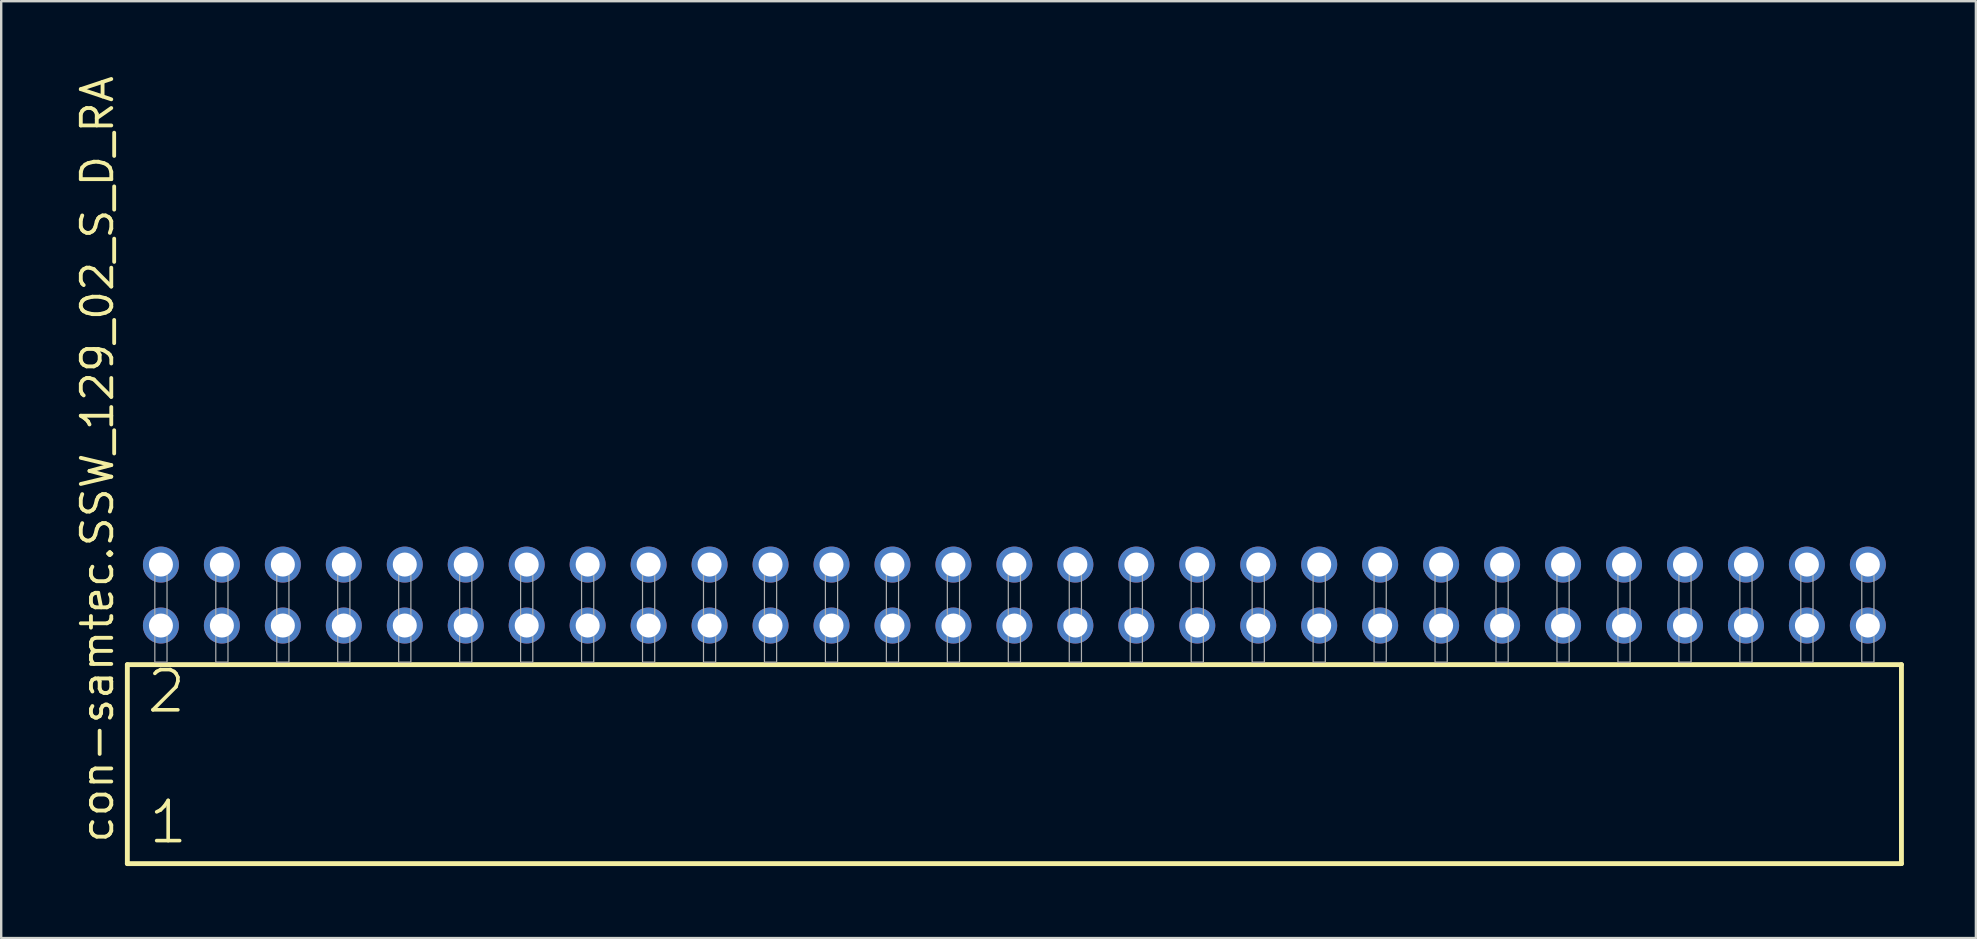
<source format=kicad_pcb>
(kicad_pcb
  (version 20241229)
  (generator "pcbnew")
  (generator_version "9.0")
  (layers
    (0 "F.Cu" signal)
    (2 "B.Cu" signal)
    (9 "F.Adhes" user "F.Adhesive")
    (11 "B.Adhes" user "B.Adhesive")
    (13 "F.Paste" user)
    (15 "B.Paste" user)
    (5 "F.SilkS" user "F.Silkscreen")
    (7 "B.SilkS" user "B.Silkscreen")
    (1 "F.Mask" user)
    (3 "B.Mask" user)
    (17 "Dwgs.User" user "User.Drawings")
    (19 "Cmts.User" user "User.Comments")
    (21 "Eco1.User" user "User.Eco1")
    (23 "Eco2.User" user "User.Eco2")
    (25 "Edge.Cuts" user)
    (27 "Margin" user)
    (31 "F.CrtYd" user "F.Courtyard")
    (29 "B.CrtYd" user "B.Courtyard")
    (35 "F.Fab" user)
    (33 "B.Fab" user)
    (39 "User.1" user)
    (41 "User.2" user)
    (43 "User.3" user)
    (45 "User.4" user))
  (footprint "con-samtec.SSW_129_02_S_D_RA"
    (layer "F.Cu")
    (at 39.215 24.537)
    (property "Reference" "con-samtec.SSW_129_02_S_D_RA" (at -37.465 7.62 90) (layer "F.SilkS") (effects (font (size 1.27 1.27) (thickness 0.16)) (justify left bottom)))
    (attr through_hole)
    (fp_line (start -36.959 0.106) (end -36.959 8.396) (stroke (width 0.203) (type default)) (layer "F.SilkS"))
    (fp_line (start -36.959 8.396) (end 36.959 8.396) (stroke (width 0.203) (type default)) (layer "F.SilkS"))
    (fp_line (start 36.959 0.106) (end -36.959 0.106) (stroke (width 0.203) (type default)) (layer "F.SilkS"))
    (fp_line (start 36.959 8.396) (end 36.959 0.106) (stroke (width 0.203) (type default)) (layer "F.SilkS"))
    (fp_rect (start -35.814 0) (end -35.306 -4.318) (stroke (width 0.05) (type default)) (fill no) (layer "F.Fab"))
    (fp_rect (start -33.274 0) (end -32.766 -4.318) (stroke (width 0.05) (type default)) (fill no) (layer "F.Fab"))
    (fp_rect (start -30.734 0) (end -30.226 -4.318) (stroke (width 0.05) (type default)) (fill no) (layer "F.Fab"))
    (fp_rect (start -28.194 0) (end -27.686 -4.318) (stroke (width 0.05) (type default)) (fill no) (layer "F.Fab"))
    (fp_rect (start -25.654 0) (end -25.146 -4.318) (stroke (width 0.05) (type default)) (fill no) (layer "F.Fab"))
    (fp_rect (start -23.114 0) (end -22.606 -4.318) (stroke (width 0.05) (type default)) (fill no) (layer "F.Fab"))
    (fp_rect (start -20.574 0) (end -20.066 -4.318) (stroke (width 0.05) (type default)) (fill no) (layer "F.Fab"))
    (fp_rect (start -18.034 0) (end -17.526 -4.318) (stroke (width 0.05) (type default)) (fill no) (layer "F.Fab"))
    (fp_rect (start -15.494 0) (end -14.986 -4.318) (stroke (width 0.05) (type default)) (fill no) (layer "F.Fab"))
    (fp_rect (start -12.954 0) (end -12.446 -4.318) (stroke (width 0.05) (type default)) (fill no) (layer "F.Fab"))
    (fp_rect (start -10.414 0) (end -9.906 -4.318) (stroke (width 0.05) (type default)) (fill no) (layer "F.Fab"))
    (fp_rect (start -7.874 0) (end -7.366 -4.318) (stroke (width 0.05) (type default)) (fill no) (layer "F.Fab"))
    (fp_rect (start -5.334 0) (end -4.826 -4.318) (stroke (width 0.05) (type default)) (fill no) (layer "F.Fab"))
    (fp_rect (start -2.794 0) (end -2.286 -4.318) (stroke (width 0.05) (type default)) (fill no) (layer "F.Fab"))
    (fp_rect (start -0.254 0) (end 0.254 -4.318) (stroke (width 0.05) (type default)) (fill no) (layer "F.Fab"))
    (fp_rect (start 2.286 0) (end 2.794 -4.318) (stroke (width 0.05) (type default)) (fill no) (layer "F.Fab"))
    (fp_rect (start 4.826 0) (end 5.334 -4.318) (stroke (width 0.05) (type default)) (fill no) (layer "F.Fab"))
    (fp_rect (start 7.366 0) (end 7.874 -4.318) (stroke (width 0.05) (type default)) (fill no) (layer "F.Fab"))
    (fp_rect (start 9.906 0) (end 10.414 -4.318) (stroke (width 0.05) (type default)) (fill no) (layer "F.Fab"))
    (fp_rect (start 12.446 0) (end 12.954 -4.318) (stroke (width 0.05) (type default)) (fill no) (layer "F.Fab"))
    (fp_rect (start 14.986 0) (end 15.494 -4.318) (stroke (width 0.05) (type default)) (fill no) (layer "F.Fab"))
    (fp_rect (start 17.526 0) (end 18.034 -4.318) (stroke (width 0.05) (type default)) (fill no) (layer "F.Fab"))
    (fp_rect (start 20.066 0) (end 20.574 -4.318) (stroke (width 0.05) (type default)) (fill no) (layer "F.Fab"))
    (fp_rect (start 22.606 0) (end 23.114 -4.318) (stroke (width 0.05) (type default)) (fill no) (layer "F.Fab"))
    (fp_rect (start 25.146 0) (end 25.654 -4.318) (stroke (width 0.05) (type default)) (fill no) (layer "F.Fab"))
    (fp_rect (start 27.686 0) (end 28.194 -4.318) (stroke (width 0.05) (type default)) (fill no) (layer "F.Fab"))
    (fp_rect (start 30.226 0) (end 30.734 -4.318) (stroke (width 0.05) (type default)) (fill no) (layer "F.Fab"))
    (fp_rect (start 32.766 0) (end 33.274 -4.318) (stroke (width 0.05) (type default)) (fill no) (layer "F.Fab"))
    (fp_rect (start 35.306 0) (end 35.814 -4.318) (stroke (width 0.05) (type default)) (fill no) (layer "F.Fab"))
    (fp_text user "1" (at -36.155 7.65 0) (layer "F.SilkS") (effects (font (size 1.676 1.676) (thickness 0.15)) (justify left bottom)))
    (fp_text user "2" (at -36.23 2.2 0) (layer "F.SilkS") (effects (font (size 1.676 1.676) (thickness 0.15)) (justify left bottom)))
    (pad "1" thru_hole circle (at -35.56 -1.524) (size 1.5 1.5) (drill 1) (layers "*.Cu" "*.Mask"))
    (pad "2" thru_hole circle (at -35.56 -4.064) (size 1.5 1.5) (drill 1) (layers "*.Cu" "*.Mask"))
    (pad "3" thru_hole circle (at -33.02 -1.524) (size 1.5 1.5) (drill 1) (layers "*.Cu" "*.Mask"))
    (pad "4" thru_hole circle (at -33.02 -4.064) (size 1.5 1.5) (drill 1) (layers "*.Cu" "*.Mask"))
    (pad "5" thru_hole circle (at -30.48 -1.524) (size 1.5 1.5) (drill 1) (layers "*.Cu" "*.Mask"))
    (pad "6" thru_hole circle (at -30.48 -4.064) (size 1.5 1.5) (drill 1) (layers "*.Cu" "*.Mask"))
    (pad "7" thru_hole circle (at -27.94 -1.524) (size 1.5 1.5) (drill 1) (layers "*.Cu" "*.Mask"))
    (pad "8" thru_hole circle (at -27.94 -4.064) (size 1.5 1.5) (drill 1) (layers "*.Cu" "*.Mask"))
    (pad "9" thru_hole circle (at -25.4 -1.524) (size 1.5 1.5) (drill 1) (layers "*.Cu" "*.Mask"))
    (pad "10" thru_hole circle (at -25.4 -4.064) (size 1.5 1.5) (drill 1) (layers "*.Cu" "*.Mask"))
    (pad "11" thru_hole circle (at -22.86 -1.524) (size 1.5 1.5) (drill 1) (layers "*.Cu" "*.Mask"))
    (pad "12" thru_hole circle (at -22.86 -4.064) (size 1.5 1.5) (drill 1) (layers "*.Cu" "*.Mask"))
    (pad "13" thru_hole circle (at -20.32 -1.524) (size 1.5 1.5) (drill 1) (layers "*.Cu" "*.Mask"))
    (pad "14" thru_hole circle (at -20.32 -4.064) (size 1.5 1.5) (drill 1) (layers "*.Cu" "*.Mask"))
    (pad "15" thru_hole circle (at -17.78 -1.524) (size 1.5 1.5) (drill 1) (layers "*.Cu" "*.Mask"))
    (pad "16" thru_hole circle (at -17.78 -4.064) (size 1.5 1.5) (drill 1) (layers "*.Cu" "*.Mask"))
    (pad "17" thru_hole circle (at -15.24 -1.524) (size 1.5 1.5) (drill 1) (layers "*.Cu" "*.Mask"))
    (pad "18" thru_hole circle (at -15.24 -4.064) (size 1.5 1.5) (drill 1) (layers "*.Cu" "*.Mask"))
    (pad "19" thru_hole circle (at -12.7 -1.524) (size 1.5 1.5) (drill 1) (layers "*.Cu" "*.Mask"))
    (pad "20" thru_hole circle (at -12.7 -4.064) (size 1.5 1.5) (drill 1) (layers "*.Cu" "*.Mask"))
    (pad "21" thru_hole circle (at -10.16 -1.524) (size 1.5 1.5) (drill 1) (layers "*.Cu" "*.Mask"))
    (pad "22" thru_hole circle (at -10.16 -4.064) (size 1.5 1.5) (drill 1) (layers "*.Cu" "*.Mask"))
    (pad "23" thru_hole circle (at -7.62 -1.524) (size 1.5 1.5) (drill 1) (layers "*.Cu" "*.Mask"))
    (pad "24" thru_hole circle (at -7.62 -4.064) (size 1.5 1.5) (drill 1) (layers "*.Cu" "*.Mask"))
    (pad "25" thru_hole circle (at -5.08 -1.524) (size 1.5 1.5) (drill 1) (layers "*.Cu" "*.Mask"))
    (pad "26" thru_hole circle (at -5.08 -4.064) (size 1.5 1.5) (drill 1) (layers "*.Cu" "*.Mask"))
    (pad "27" thru_hole circle (at -2.54 -1.524) (size 1.5 1.5) (drill 1) (layers "*.Cu" "*.Mask"))
    (pad "28" thru_hole circle (at -2.54 -4.064) (size 1.5 1.5) (drill 1) (layers "*.Cu" "*.Mask"))
    (pad "29" thru_hole circle (at 0 -1.524) (size 1.5 1.5) (drill 1) (layers "*.Cu" "*.Mask"))
    (pad "30" thru_hole circle (at 0 -4.064) (size 1.5 1.5) (drill 1) (layers "*.Cu" "*.Mask"))
    (pad "31" thru_hole circle (at 2.54 -1.524) (size 1.5 1.5) (drill 1) (layers "*.Cu" "*.Mask"))
    (pad "32" thru_hole circle (at 2.54 -4.064) (size 1.5 1.5) (drill 1) (layers "*.Cu" "*.Mask"))
    (pad "33" thru_hole circle (at 5.08 -1.524) (size 1.5 1.5) (drill 1) (layers "*.Cu" "*.Mask"))
    (pad "34" thru_hole circle (at 5.08 -4.064) (size 1.5 1.5) (drill 1) (layers "*.Cu" "*.Mask"))
    (pad "35" thru_hole circle (at 7.62 -1.524) (size 1.5 1.5) (drill 1) (layers "*.Cu" "*.Mask"))
    (pad "36" thru_hole circle (at 7.62 -4.064) (size 1.5 1.5) (drill 1) (layers "*.Cu" "*.Mask"))
    (pad "37" thru_hole circle (at 10.16 -1.524) (size 1.5 1.5) (drill 1) (layers "*.Cu" "*.Mask"))
    (pad "38" thru_hole circle (at 10.16 -4.064) (size 1.5 1.5) (drill 1) (layers "*.Cu" "*.Mask"))
    (pad "39" thru_hole circle (at 12.7 -1.524) (size 1.5 1.5) (drill 1) (layers "*.Cu" "*.Mask"))
    (pad "40" thru_hole circle (at 12.7 -4.064) (size 1.5 1.5) (drill 1) (layers "*.Cu" "*.Mask"))
    (pad "41" thru_hole circle (at 15.24 -1.524) (size 1.5 1.5) (drill 1) (layers "*.Cu" "*.Mask"))
    (pad "42" thru_hole circle (at 15.24 -4.064) (size 1.5 1.5) (drill 1) (layers "*.Cu" "*.Mask"))
    (pad "43" thru_hole circle (at 17.78 -1.524) (size 1.5 1.5) (drill 1) (layers "*.Cu" "*.Mask"))
    (pad "44" thru_hole circle (at 17.78 -4.064) (size 1.5 1.5) (drill 1) (layers "*.Cu" "*.Mask"))
    (pad "45" thru_hole circle (at 20.32 -1.524) (size 1.5 1.5) (drill 1) (layers "*.Cu" "*.Mask"))
    (pad "46" thru_hole circle (at 20.32 -4.064) (size 1.5 1.5) (drill 1) (layers "*.Cu" "*.Mask"))
    (pad "47" thru_hole circle (at 22.86 -1.524) (size 1.5 1.5) (drill 1) (layers "*.Cu" "*.Mask"))
    (pad "48" thru_hole circle (at 22.86 -4.064) (size 1.5 1.5) (drill 1) (layers "*.Cu" "*.Mask"))
    (pad "49" thru_hole circle (at 25.4 -1.524) (size 1.5 1.5) (drill 1) (layers "*.Cu" "*.Mask"))
    (pad "50" thru_hole circle (at 25.4 -4.064) (size 1.5 1.5) (drill 1) (layers "*.Cu" "*.Mask"))
    (pad "51" thru_hole circle (at 27.94 -1.524) (size 1.5 1.5) (drill 1) (layers "*.Cu" "*.Mask"))
    (pad "52" thru_hole circle (at 27.94 -4.064) (size 1.5 1.5) (drill 1) (layers "*.Cu" "*.Mask"))
    (pad "53" thru_hole circle (at 30.48 -1.524) (size 1.5 1.5) (drill 1) (layers "*.Cu" "*.Mask"))
    (pad "54" thru_hole circle (at 30.48 -4.064) (size 1.5 1.5) (drill 1) (layers "*.Cu" "*.Mask"))
    (pad "55" thru_hole circle (at 33.02 -1.524) (size 1.5 1.5) (drill 1) (layers "*.Cu" "*.Mask"))
    (pad "56" thru_hole circle (at 33.02 -4.064) (size 1.5 1.5) (drill 1) (layers "*.Cu" "*.Mask"))
    (pad "57" thru_hole circle (at 35.56 -1.524) (size 1.5 1.5) (drill 1) (layers "*.Cu" "*.Mask"))
    (pad "58" thru_hole circle (at 35.56 -4.064) (size 1.5 1.5) (drill 1) (layers "*.Cu" "*.Mask")))
  (gr_rect
    (start -3 -3)
    (end 79.276 36.035)
    (stroke (width 0.1) (type default))
    (fill no)
    (layer "Edge.Cuts")))
</source>
